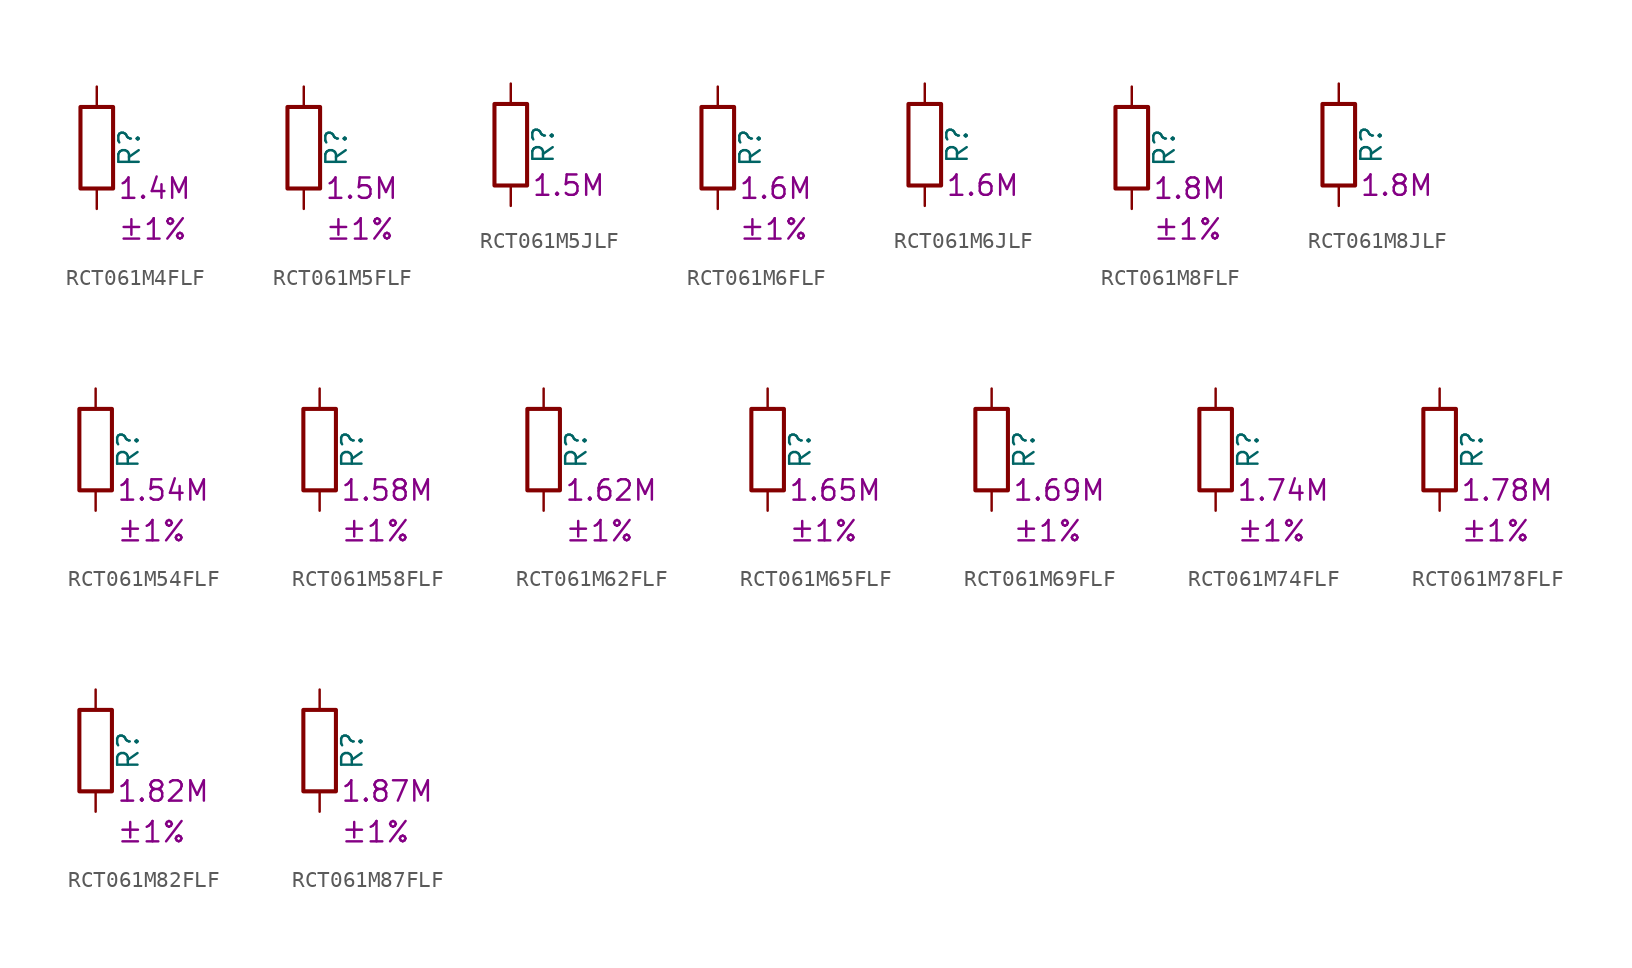
<source format=kicad_sym>
(kicad_symbol_lib
  (version 20220914)
  (generator kicad_symbol_editor)
  (symbol "RCT061M4FLF"
    (pin_numbers hide)
    (pin_names
      (offset 0))
    (property "Reference" "R"
      (at 2.032 0 90)
      (effects (font (size 1.27 1.27))))
    (property "Resistance" "1.4M"
      (at 1.27 -2.54 0)
      (effects (font (size 1.27 1.27)) (justify left)))
    (property "Tolerance" "±1%"
      (at 1.27 -5.08 0)
      (effects (font (size 1.27 1.27)) (justify left)))
    (symbol "RCT061M4FLF_0_1"
      (rectangle (start -1.016 -2.54) (end 1.016 2.54) (stroke (width 0.254) (type default)) (fill (type none))))
    (symbol "RCT061M4FLF_1_1"
      (pin passive line (at 0 3.81 270) (length 1.27) (name "~" (effects (font (size 1.27 1.27)))) (number "1" (effects (font (size 1.27 1.27)))))
      (pin passive line (at 0 -3.81 90) (length 1.27) (name "~" (effects (font (size 1.27 1.27)))) (number "2" (effects (font (size 1.27 1.27)))))))
  (symbol "RCT061M5FLF"
    (pin_numbers hide)
    (pin_names
      (offset 0))
    (property "Reference" "R"
      (at 2.032 0 90)
      (effects (font (size 1.27 1.27))))
    (property "Resistance" "1.5M"
      (at 1.27 -2.54 0)
      (effects (font (size 1.27 1.27)) (justify left)))
    (property "Tolerance" "±1%"
      (at 1.27 -5.08 0)
      (effects (font (size 1.27 1.27)) (justify left)))
    (symbol "RCT061M5FLF_0_1"
      (rectangle (start -1.016 -2.54) (end 1.016 2.54) (stroke (width 0.254) (type default)) (fill (type none))))
    (symbol "RCT061M5FLF_1_1"
      (pin passive line (at 0 3.81 270) (length 1.27) (name "~" (effects (font (size 1.27 1.27)))) (number "1" (effects (font (size 1.27 1.27)))))
      (pin passive line (at 0 -3.81 90) (length 1.27) (name "~" (effects (font (size 1.27 1.27)))) (number "2" (effects (font (size 1.27 1.27)))))))
  (symbol "RCT061M5JLF"
    (pin_numbers hide)
    (pin_names
      (offset 0))
    (property "Reference" "R"
      (at 2.032 0 90)
      (effects (font (size 1.27 1.27))))
    (property "Resistance" "1.5M"
      (at 1.27 -2.54 0)
      (effects (font (size 1.27 1.27)) (justify left)))
    (symbol "RCT061M5JLF_0_1"
      (rectangle (start -1.016 -2.54) (end 1.016 2.54) (stroke (width 0.254) (type default)) (fill (type none))))
    (symbol "RCT061M5JLF_1_1"
      (pin passive line (at 0 3.81 270) (length 1.27) (name "~" (effects (font (size 1.27 1.27)))) (number "1" (effects (font (size 1.27 1.27)))))
      (pin passive line (at 0 -3.81 90) (length 1.27) (name "~" (effects (font (size 1.27 1.27)))) (number "2" (effects (font (size 1.27 1.27)))))))
  (symbol "RCT061M6FLF"
    (pin_numbers hide)
    (pin_names
      (offset 0))
    (property "Reference" "R"
      (at 2.032 0 90)
      (effects (font (size 1.27 1.27))))
    (property "Resistance" "1.6M"
      (at 1.27 -2.54 0)
      (effects (font (size 1.27 1.27)) (justify left)))
    (property "Tolerance" "±1%"
      (at 1.27 -5.08 0)
      (effects (font (size 1.27 1.27)) (justify left)))
    (symbol "RCT061M6FLF_0_1"
      (rectangle (start -1.016 -2.54) (end 1.016 2.54) (stroke (width 0.254) (type default)) (fill (type none))))
    (symbol "RCT061M6FLF_1_1"
      (pin passive line (at 0 3.81 270) (length 1.27) (name "~" (effects (font (size 1.27 1.27)))) (number "1" (effects (font (size 1.27 1.27)))))
      (pin passive line (at 0 -3.81 90) (length 1.27) (name "~" (effects (font (size 1.27 1.27)))) (number "2" (effects (font (size 1.27 1.27)))))))
  (symbol "RCT061M6JLF"
    (pin_numbers hide)
    (pin_names
      (offset 0))
    (property "Reference" "R"
      (at 2.032 0 90)
      (effects (font (size 1.27 1.27))))
    (property "Resistance" "1.6M"
      (at 1.27 -2.54 0)
      (effects (font (size 1.27 1.27)) (justify left)))
    (symbol "RCT061M6JLF_0_1"
      (rectangle (start -1.016 -2.54) (end 1.016 2.54) (stroke (width 0.254) (type default)) (fill (type none))))
    (symbol "RCT061M6JLF_1_1"
      (pin passive line (at 0 3.81 270) (length 1.27) (name "~" (effects (font (size 1.27 1.27)))) (number "1" (effects (font (size 1.27 1.27)))))
      (pin passive line (at 0 -3.81 90) (length 1.27) (name "~" (effects (font (size 1.27 1.27)))) (number "2" (effects (font (size 1.27 1.27)))))))
  (symbol "RCT061M8FLF"
    (pin_numbers hide)
    (pin_names
      (offset 0))
    (property "Reference" "R"
      (at 2.032 0 90)
      (effects (font (size 1.27 1.27))))
    (property "Resistance" "1.8M"
      (at 1.27 -2.54 0)
      (effects (font (size 1.27 1.27)) (justify left)))
    (property "Tolerance" "±1%"
      (at 1.27 -5.08 0)
      (effects (font (size 1.27 1.27)) (justify left)))
    (symbol "RCT061M8FLF_0_1"
      (rectangle (start -1.016 -2.54) (end 1.016 2.54) (stroke (width 0.254) (type default)) (fill (type none))))
    (symbol "RCT061M8FLF_1_1"
      (pin passive line (at 0 3.81 270) (length 1.27) (name "~" (effects (font (size 1.27 1.27)))) (number "1" (effects (font (size 1.27 1.27)))))
      (pin passive line (at 0 -3.81 90) (length 1.27) (name "~" (effects (font (size 1.27 1.27)))) (number "2" (effects (font (size 1.27 1.27)))))))
  (symbol "RCT061M8JLF"
    (pin_numbers hide)
    (pin_names
      (offset 0))
    (property "Reference" "R"
      (at 2.032 0 90)
      (effects (font (size 1.27 1.27))))
    (property "Resistance" "1.8M"
      (at 1.27 -2.54 0)
      (effects (font (size 1.27 1.27)) (justify left)))
    (symbol "RCT061M8JLF_0_1"
      (rectangle (start -1.016 -2.54) (end 1.016 2.54) (stroke (width 0.254) (type default)) (fill (type none))))
    (symbol "RCT061M8JLF_1_1"
      (pin passive line (at 0 3.81 270) (length 1.27) (name "~" (effects (font (size 1.27 1.27)))) (number "1" (effects (font (size 1.27 1.27)))))
      (pin passive line (at 0 -3.81 90) (length 1.27) (name "~" (effects (font (size 1.27 1.27)))) (number "2" (effects (font (size 1.27 1.27)))))))
  (symbol "RCT061M54FLF"
    (pin_numbers hide)
    (pin_names
      (offset 0))
    (property "Reference" "R"
      (at 2.032 0 90)
      (effects (font (size 1.27 1.27))))
    (property "Resistance" "1.54M"
      (at 1.27 -2.54 0)
      (effects (font (size 1.27 1.27)) (justify left)))
    (property "Tolerance" "±1%"
      (at 1.27 -5.08 0)
      (effects (font (size 1.27 1.27)) (justify left)))
    (symbol "RCT061M54FLF_0_1"
      (rectangle (start -1.016 -2.54) (end 1.016 2.54) (stroke (width 0.254) (type default)) (fill (type none))))
    (symbol "RCT061M54FLF_1_1"
      (pin passive line (at 0 3.81 270) (length 1.27) (name "~" (effects (font (size 1.27 1.27)))) (number "1" (effects (font (size 1.27 1.27)))))
      (pin passive line (at 0 -3.81 90) (length 1.27) (name "~" (effects (font (size 1.27 1.27)))) (number "2" (effects (font (size 1.27 1.27)))))))
  (symbol "RCT061M58FLF"
    (pin_numbers hide)
    (pin_names
      (offset 0))
    (property "Reference" "R"
      (at 2.032 0 90)
      (effects (font (size 1.27 1.27))))
    (property "Resistance" "1.58M"
      (at 1.27 -2.54 0)
      (effects (font (size 1.27 1.27)) (justify left)))
    (property "Tolerance" "±1%"
      (at 1.27 -5.08 0)
      (effects (font (size 1.27 1.27)) (justify left)))
    (symbol "RCT061M58FLF_0_1"
      (rectangle (start -1.016 -2.54) (end 1.016 2.54) (stroke (width 0.254) (type default)) (fill (type none))))
    (symbol "RCT061M58FLF_1_1"
      (pin passive line (at 0 3.81 270) (length 1.27) (name "~" (effects (font (size 1.27 1.27)))) (number "1" (effects (font (size 1.27 1.27)))))
      (pin passive line (at 0 -3.81 90) (length 1.27) (name "~" (effects (font (size 1.27 1.27)))) (number "2" (effects (font (size 1.27 1.27)))))))
  (symbol "RCT061M62FLF"
    (pin_numbers hide)
    (pin_names
      (offset 0))
    (property "Reference" "R"
      (at 2.032 0 90)
      (effects (font (size 1.27 1.27))))
    (property "Resistance" "1.62M"
      (at 1.27 -2.54 0)
      (effects (font (size 1.27 1.27)) (justify left)))
    (property "Tolerance" "±1%"
      (at 1.27 -5.08 0)
      (effects (font (size 1.27 1.27)) (justify left)))
    (symbol "RCT061M62FLF_0_1"
      (rectangle (start -1.016 -2.54) (end 1.016 2.54) (stroke (width 0.254) (type default)) (fill (type none))))
    (symbol "RCT061M62FLF_1_1"
      (pin passive line (at 0 3.81 270) (length 1.27) (name "~" (effects (font (size 1.27 1.27)))) (number "1" (effects (font (size 1.27 1.27)))))
      (pin passive line (at 0 -3.81 90) (length 1.27) (name "~" (effects (font (size 1.27 1.27)))) (number "2" (effects (font (size 1.27 1.27)))))))
  (symbol "RCT061M65FLF"
    (pin_numbers hide)
    (pin_names
      (offset 0))
    (property "Reference" "R"
      (at 2.032 0 90)
      (effects (font (size 1.27 1.27))))
    (property "Resistance" "1.65M"
      (at 1.27 -2.54 0)
      (effects (font (size 1.27 1.27)) (justify left)))
    (property "Tolerance" "±1%"
      (at 1.27 -5.08 0)
      (effects (font (size 1.27 1.27)) (justify left)))
    (symbol "RCT061M65FLF_0_1"
      (rectangle (start -1.016 -2.54) (end 1.016 2.54) (stroke (width 0.254) (type default)) (fill (type none))))
    (symbol "RCT061M65FLF_1_1"
      (pin passive line (at 0 3.81 270) (length 1.27) (name "~" (effects (font (size 1.27 1.27)))) (number "1" (effects (font (size 1.27 1.27)))))
      (pin passive line (at 0 -3.81 90) (length 1.27) (name "~" (effects (font (size 1.27 1.27)))) (number "2" (effects (font (size 1.27 1.27)))))))
  (symbol "RCT061M69FLF"
    (pin_numbers hide)
    (pin_names
      (offset 0))
    (property "Reference" "R"
      (at 2.032 0 90)
      (effects (font (size 1.27 1.27))))
    (property "Resistance" "1.69M"
      (at 1.27 -2.54 0)
      (effects (font (size 1.27 1.27)) (justify left)))
    (property "Tolerance" "±1%"
      (at 1.27 -5.08 0)
      (effects (font (size 1.27 1.27)) (justify left)))
    (symbol "RCT061M69FLF_0_1"
      (rectangle (start -1.016 -2.54) (end 1.016 2.54) (stroke (width 0.254) (type default)) (fill (type none))))
    (symbol "RCT061M69FLF_1_1"
      (pin passive line (at 0 3.81 270) (length 1.27) (name "~" (effects (font (size 1.27 1.27)))) (number "1" (effects (font (size 1.27 1.27)))))
      (pin passive line (at 0 -3.81 90) (length 1.27) (name "~" (effects (font (size 1.27 1.27)))) (number "2" (effects (font (size 1.27 1.27)))))))
  (symbol "RCT061M74FLF"
    (pin_numbers hide)
    (pin_names
      (offset 0))
    (property "Reference" "R"
      (at 2.032 0 90)
      (effects (font (size 1.27 1.27))))
    (property "Resistance" "1.74M"
      (at 1.27 -2.54 0)
      (effects (font (size 1.27 1.27)) (justify left)))
    (property "Tolerance" "±1%"
      (at 1.27 -5.08 0)
      (effects (font (size 1.27 1.27)) (justify left)))
    (symbol "RCT061M74FLF_0_1"
      (rectangle (start -1.016 -2.54) (end 1.016 2.54) (stroke (width 0.254) (type default)) (fill (type none))))
    (symbol "RCT061M74FLF_1_1"
      (pin passive line (at 0 3.81 270) (length 1.27) (name "~" (effects (font (size 1.27 1.27)))) (number "1" (effects (font (size 1.27 1.27)))))
      (pin passive line (at 0 -3.81 90) (length 1.27) (name "~" (effects (font (size 1.27 1.27)))) (number "2" (effects (font (size 1.27 1.27)))))))
  (symbol "RCT061M78FLF"
    (pin_numbers hide)
    (pin_names
      (offset 0))
    (property "Reference" "R"
      (at 2.032 0 90)
      (effects (font (size 1.27 1.27))))
    (property "Resistance" "1.78M"
      (at 1.27 -2.54 0)
      (effects (font (size 1.27 1.27)) (justify left)))
    (property "Tolerance" "±1%"
      (at 1.27 -5.08 0)
      (effects (font (size 1.27 1.27)) (justify left)))
    (symbol "RCT061M78FLF_0_1"
      (rectangle (start -1.016 -2.54) (end 1.016 2.54) (stroke (width 0.254) (type default)) (fill (type none))))
    (symbol "RCT061M78FLF_1_1"
      (pin passive line (at 0 3.81 270) (length 1.27) (name "~" (effects (font (size 1.27 1.27)))) (number "1" (effects (font (size 1.27 1.27)))))
      (pin passive line (at 0 -3.81 90) (length 1.27) (name "~" (effects (font (size 1.27 1.27)))) (number "2" (effects (font (size 1.27 1.27)))))))
  (symbol "RCT061M82FLF"
    (pin_numbers hide)
    (pin_names
      (offset 0))
    (property "Reference" "R"
      (at 2.032 0 90)
      (effects (font (size 1.27 1.27))))
    (property "Resistance" "1.82M"
      (at 1.27 -2.54 0)
      (effects (font (size 1.27 1.27)) (justify left)))
    (property "Tolerance" "±1%"
      (at 1.27 -5.08 0)
      (effects (font (size 1.27 1.27)) (justify left)))
    (symbol "RCT061M82FLF_0_1"
      (rectangle (start -1.016 -2.54) (end 1.016 2.54) (stroke (width 0.254) (type default)) (fill (type none))))
    (symbol "RCT061M82FLF_1_1"
      (pin passive line (at 0 3.81 270) (length 1.27) (name "~" (effects (font (size 1.27 1.27)))) (number "1" (effects (font (size 1.27 1.27)))))
      (pin passive line (at 0 -3.81 90) (length 1.27) (name "~" (effects (font (size 1.27 1.27)))) (number "2" (effects (font (size 1.27 1.27)))))))
  (symbol "RCT061M87FLF"
    (pin_numbers hide)
    (pin_names
      (offset 0))
    (property "Reference" "R"
      (at 2.032 0 90)
      (effects (font (size 1.27 1.27))))
    (property "Resistance" "1.87M"
      (at 1.27 -2.54 0)
      (effects (font (size 1.27 1.27)) (justify left)))
    (property "Tolerance" "±1%"
      (at 1.27 -5.08 0)
      (effects (font (size 1.27 1.27)) (justify left)))
    (symbol "RCT061M87FLF_0_1"
      (rectangle (start -1.016 -2.54) (end 1.016 2.54) (stroke (width 0.254) (type default)) (fill (type none))))
    (symbol "RCT061M87FLF_1_1"
      (pin passive line (at 0 3.81 270) (length 1.27) (name "~" (effects (font (size 1.27 1.27)))) (number "1" (effects (font (size 1.27 1.27)))))
      (pin passive line (at 0 -3.81 90) (length 1.27) (name "~" (effects (font (size 1.27 1.27)))) (number "2" (effects (font (size 1.27 1.27))))))))
</source>
